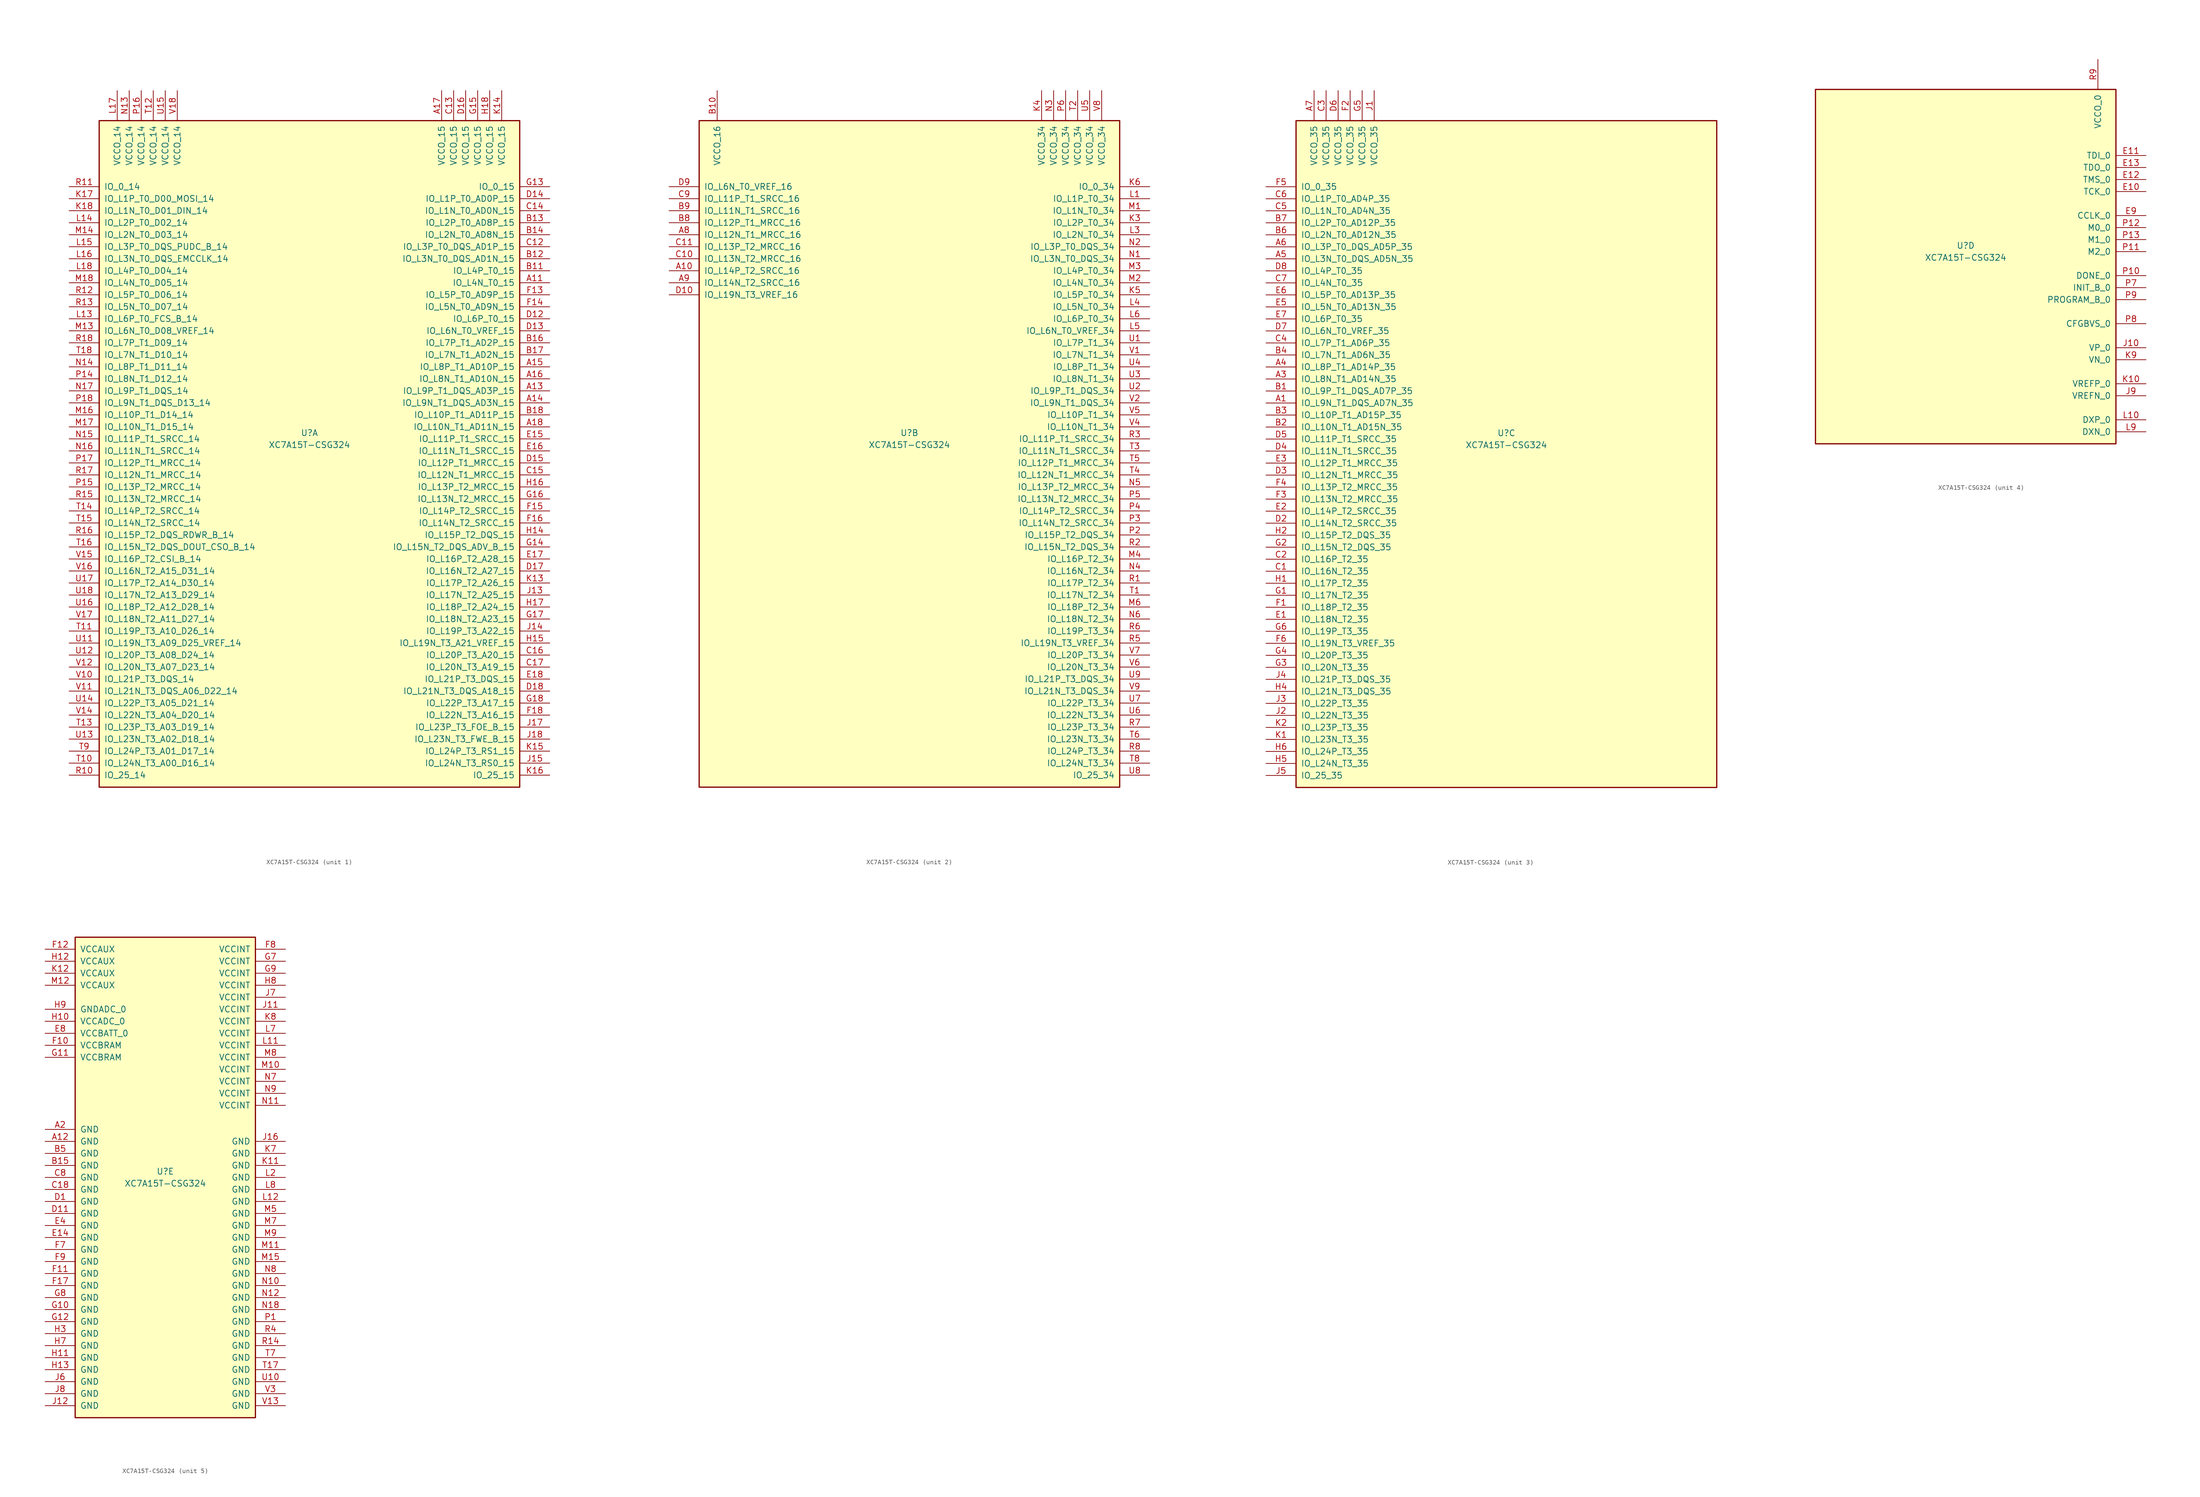
<source format=kicad_sym>
(kicad_symbol_lib
  (version 20231120)
  (generator "kicad_symbol_editor")
  (generator_version "8.0")
  (symbol "XC7A15T-CSG324"
    (pin_names
      (offset 1.016))
    (property "Reference" "U"
      (at 0 1.27 0)
      (effects (font (size 1.27 1.27))))
    (property "Value" "XC7A15T-CSG324"
      (at 0 -1.27 0)
      (effects (font (size 1.27 1.27))))
    (property "Datasheet" ""
      (at 0 0 0)
      (effects (font (size 1.27 1.27))))
    (property "ki_locked" ""
      (at 0 0 0)
      (effects (font (size 1.27 1.27))))
    (symbol "XC7A15T-CSG324_1_1"
      (rectangle (start -44.45 67.31) (end 44.45 -73.66) (stroke (width 0.254) (type default)) (fill (type background)))
      (pin bidirectional line (at 50.8 33.02 180) (length 6.35) (name "IO_L4N_T0_15" (effects (font (size 1.27 1.27)))) (number "A11" (effects (font (size 1.27 1.27)))))
      (pin bidirectional line (at 50.8 10.16 180) (length 6.35) (name "IO_L9P_T1_DQS_AD3P_15" (effects (font (size 1.27 1.27)))) (number "A13" (effects (font (size 1.27 1.27)))))
      (pin bidirectional line (at 50.8 7.62 180) (length 6.35) (name "IO_L9N_T1_DQS_AD3N_15" (effects (font (size 1.27 1.27)))) (number "A14" (effects (font (size 1.27 1.27)))))
      (pin bidirectional line (at 50.8 15.24 180) (length 6.35) (name "IO_L8P_T1_AD10P_15" (effects (font (size 1.27 1.27)))) (number "A15" (effects (font (size 1.27 1.27)))))
      (pin bidirectional line (at 50.8 12.7 180) (length 6.35) (name "IO_L8N_T1_AD10N_15" (effects (font (size 1.27 1.27)))) (number "A16" (effects (font (size 1.27 1.27)))))
      (pin power_in line (at 27.94 73.66 270) (length 6.35) (name "VCCO_15" (effects (font (size 1.27 1.27)))) (number "A17" (effects (font (size 1.27 1.27)))))
      (pin bidirectional line (at 50.8 2.54 180) (length 6.35) (name "IO_L10N_T1_AD11N_15" (effects (font (size 1.27 1.27)))) (number "A18" (effects (font (size 1.27 1.27)))))
      (pin bidirectional line (at 50.8 35.56 180) (length 6.35) (name "IO_L4P_T0_15" (effects (font (size 1.27 1.27)))) (number "B11" (effects (font (size 1.27 1.27)))))
      (pin bidirectional line (at 50.8 38.1 180) (length 6.35) (name "IO_L3N_T0_DQS_AD1N_15" (effects (font (size 1.27 1.27)))) (number "B12" (effects (font (size 1.27 1.27)))))
      (pin bidirectional line (at 50.8 45.72 180) (length 6.35) (name "IO_L2P_T0_AD8P_15" (effects (font (size 1.27 1.27)))) (number "B13" (effects (font (size 1.27 1.27)))))
      (pin bidirectional line (at 50.8 43.18 180) (length 6.35) (name "IO_L2N_T0_AD8N_15" (effects (font (size 1.27 1.27)))) (number "B14" (effects (font (size 1.27 1.27)))))
      (pin bidirectional line (at 50.8 20.32 180) (length 6.35) (name "IO_L7P_T1_AD2P_15" (effects (font (size 1.27 1.27)))) (number "B16" (effects (font (size 1.27 1.27)))))
      (pin bidirectional line (at 50.8 17.78 180) (length 6.35) (name "IO_L7N_T1_AD2N_15" (effects (font (size 1.27 1.27)))) (number "B17" (effects (font (size 1.27 1.27)))))
      (pin bidirectional line (at 50.8 5.08 180) (length 6.35) (name "IO_L10P_T1_AD11P_15" (effects (font (size 1.27 1.27)))) (number "B18" (effects (font (size 1.27 1.27)))))
      (pin bidirectional line (at 50.8 40.64 180) (length 6.35) (name "IO_L3P_T0_DQS_AD1P_15" (effects (font (size 1.27 1.27)))) (number "C12" (effects (font (size 1.27 1.27)))))
      (pin power_in line (at 30.48 73.66 270) (length 6.35) (name "VCCO_15" (effects (font (size 1.27 1.27)))) (number "C13" (effects (font (size 1.27 1.27)))))
      (pin bidirectional line (at 50.8 48.26 180) (length 6.35) (name "IO_L1N_T0_AD0N_15" (effects (font (size 1.27 1.27)))) (number "C14" (effects (font (size 1.27 1.27)))))
      (pin bidirectional line (at 50.8 -7.62 180) (length 6.35) (name "IO_L12N_T1_MRCC_15" (effects (font (size 1.27 1.27)))) (number "C15" (effects (font (size 1.27 1.27)))))
      (pin bidirectional line (at 50.8 -45.72 180) (length 6.35) (name "IO_L20P_T3_A20_15" (effects (font (size 1.27 1.27)))) (number "C16" (effects (font (size 1.27 1.27)))))
      (pin bidirectional line (at 50.8 -48.26 180) (length 6.35) (name "IO_L20N_T3_A19_15" (effects (font (size 1.27 1.27)))) (number "C17" (effects (font (size 1.27 1.27)))))
      (pin bidirectional line (at 50.8 25.4 180) (length 6.35) (name "IO_L6P_T0_15" (effects (font (size 1.27 1.27)))) (number "D12" (effects (font (size 1.27 1.27)))))
      (pin bidirectional line (at 50.8 22.86 180) (length 6.35) (name "IO_L6N_T0_VREF_15" (effects (font (size 1.27 1.27)))) (number "D13" (effects (font (size 1.27 1.27)))))
      (pin bidirectional line (at 50.8 50.8 180) (length 6.35) (name "IO_L1P_T0_AD0P_15" (effects (font (size 1.27 1.27)))) (number "D14" (effects (font (size 1.27 1.27)))))
      (pin bidirectional line (at 50.8 -5.08 180) (length 6.35) (name "IO_L12P_T1_MRCC_15" (effects (font (size 1.27 1.27)))) (number "D15" (effects (font (size 1.27 1.27)))))
      (pin power_in line (at 33.02 73.66 270) (length 6.35) (name "VCCO_15" (effects (font (size 1.27 1.27)))) (number "D16" (effects (font (size 1.27 1.27)))))
      (pin bidirectional line (at 50.8 -27.94 180) (length 6.35) (name "IO_L16N_T2_A27_15" (effects (font (size 1.27 1.27)))) (number "D17" (effects (font (size 1.27 1.27)))))
      (pin bidirectional line (at 50.8 -53.34 180) (length 6.35) (name "IO_L21N_T3_DQS_A18_15" (effects (font (size 1.27 1.27)))) (number "D18" (effects (font (size 1.27 1.27)))))
      (pin bidirectional line (at 50.8 0 180) (length 6.35) (name "IO_L11P_T1_SRCC_15" (effects (font (size 1.27 1.27)))) (number "E15" (effects (font (size 1.27 1.27)))))
      (pin bidirectional line (at 50.8 -2.54 180) (length 6.35) (name "IO_L11N_T1_SRCC_15" (effects (font (size 1.27 1.27)))) (number "E16" (effects (font (size 1.27 1.27)))))
      (pin bidirectional line (at 50.8 -25.4 180) (length 6.35) (name "IO_L16P_T2_A28_15" (effects (font (size 1.27 1.27)))) (number "E17" (effects (font (size 1.27 1.27)))))
      (pin bidirectional line (at 50.8 -50.8 180) (length 6.35) (name "IO_L21P_T3_DQS_15" (effects (font (size 1.27 1.27)))) (number "E18" (effects (font (size 1.27 1.27)))))
      (pin bidirectional line (at 50.8 30.48 180) (length 6.35) (name "IO_L5P_T0_AD9P_15" (effects (font (size 1.27 1.27)))) (number "F13" (effects (font (size 1.27 1.27)))))
      (pin bidirectional line (at 50.8 27.94 180) (length 6.35) (name "IO_L5N_T0_AD9N_15" (effects (font (size 1.27 1.27)))) (number "F14" (effects (font (size 1.27 1.27)))))
      (pin bidirectional line (at 50.8 -15.24 180) (length 6.35) (name "IO_L14P_T2_SRCC_15" (effects (font (size 1.27 1.27)))) (number "F15" (effects (font (size 1.27 1.27)))))
      (pin bidirectional line (at 50.8 -17.78 180) (length 6.35) (name "IO_L14N_T2_SRCC_15" (effects (font (size 1.27 1.27)))) (number "F16" (effects (font (size 1.27 1.27)))))
      (pin bidirectional line (at 50.8 -58.42 180) (length 6.35) (name "IO_L22N_T3_A16_15" (effects (font (size 1.27 1.27)))) (number "F18" (effects (font (size 1.27 1.27)))))
      (pin bidirectional line (at 50.8 53.34 180) (length 6.35) (name "IO_0_15" (effects (font (size 1.27 1.27)))) (number "G13" (effects (font (size 1.27 1.27)))))
      (pin bidirectional line (at 50.8 -22.86 180) (length 6.35) (name "IO_L15N_T2_DQS_ADV_B_15" (effects (font (size 1.27 1.27)))) (number "G14" (effects (font (size 1.27 1.27)))))
      (pin power_in line (at 35.56 73.66 270) (length 6.35) (name "VCCO_15" (effects (font (size 1.27 1.27)))) (number "G15" (effects (font (size 1.27 1.27)))))
      (pin bidirectional line (at 50.8 -12.7 180) (length 6.35) (name "IO_L13N_T2_MRCC_15" (effects (font (size 1.27 1.27)))) (number "G16" (effects (font (size 1.27 1.27)))))
      (pin bidirectional line (at 50.8 -38.1 180) (length 6.35) (name "IO_L18N_T2_A23_15" (effects (font (size 1.27 1.27)))) (number "G17" (effects (font (size 1.27 1.27)))))
      (pin bidirectional line (at 50.8 -55.88 180) (length 6.35) (name "IO_L22P_T3_A17_15" (effects (font (size 1.27 1.27)))) (number "G18" (effects (font (size 1.27 1.27)))))
      (pin bidirectional line (at 50.8 -20.32 180) (length 6.35) (name "IO_L15P_T2_DQS_15" (effects (font (size 1.27 1.27)))) (number "H14" (effects (font (size 1.27 1.27)))))
      (pin bidirectional line (at 50.8 -43.18 180) (length 6.35) (name "IO_L19N_T3_A21_VREF_15" (effects (font (size 1.27 1.27)))) (number "H15" (effects (font (size 1.27 1.27)))))
      (pin bidirectional line (at 50.8 -10.16 180) (length 6.35) (name "IO_L13P_T2_MRCC_15" (effects (font (size 1.27 1.27)))) (number "H16" (effects (font (size 1.27 1.27)))))
      (pin bidirectional line (at 50.8 -35.56 180) (length 6.35) (name "IO_L18P_T2_A24_15" (effects (font (size 1.27 1.27)))) (number "H17" (effects (font (size 1.27 1.27)))))
      (pin power_in line (at 38.1 73.66 270) (length 6.35) (name "VCCO_15" (effects (font (size 1.27 1.27)))) (number "H18" (effects (font (size 1.27 1.27)))))
      (pin bidirectional line (at 50.8 -33.02 180) (length 6.35) (name "IO_L17N_T2_A25_15" (effects (font (size 1.27 1.27)))) (number "J13" (effects (font (size 1.27 1.27)))))
      (pin bidirectional line (at 50.8 -40.64 180) (length 6.35) (name "IO_L19P_T3_A22_15" (effects (font (size 1.27 1.27)))) (number "J14" (effects (font (size 1.27 1.27)))))
      (pin bidirectional line (at 50.8 -68.58 180) (length 6.35) (name "IO_L24N_T3_RS0_15" (effects (font (size 1.27 1.27)))) (number "J15" (effects (font (size 1.27 1.27)))))
      (pin bidirectional line (at 50.8 -60.96 180) (length 6.35) (name "IO_L23P_T3_FOE_B_15" (effects (font (size 1.27 1.27)))) (number "J17" (effects (font (size 1.27 1.27)))))
      (pin bidirectional line (at 50.8 -63.5 180) (length 6.35) (name "IO_L23N_T3_FWE_B_15" (effects (font (size 1.27 1.27)))) (number "J18" (effects (font (size 1.27 1.27)))))
      (pin bidirectional line (at 50.8 -30.48 180) (length 6.35) (name "IO_L17P_T2_A26_15" (effects (font (size 1.27 1.27)))) (number "K13" (effects (font (size 1.27 1.27)))))
      (pin power_in line (at 40.64 73.66 270) (length 6.35) (name "VCCO_15" (effects (font (size 1.27 1.27)))) (number "K14" (effects (font (size 1.27 1.27)))))
      (pin bidirectional line (at 50.8 -66.04 180) (length 6.35) (name "IO_L24P_T3_RS1_15" (effects (font (size 1.27 1.27)))) (number "K15" (effects (font (size 1.27 1.27)))))
      (pin bidirectional line (at 50.8 -71.12 180) (length 6.35) (name "IO_25_15" (effects (font (size 1.27 1.27)))) (number "K16" (effects (font (size 1.27 1.27)))))
      (pin bidirectional line (at -50.8 50.8 0) (length 6.35) (name "IO_L1P_T0_D00_MOSI_14" (effects (font (size 1.27 1.27)))) (number "K17" (effects (font (size 1.27 1.27)))))
      (pin bidirectional line (at -50.8 48.26 0) (length 6.35) (name "IO_L1N_T0_D01_DIN_14" (effects (font (size 1.27 1.27)))) (number "K18" (effects (font (size 1.27 1.27)))))
      (pin bidirectional line (at -50.8 25.4 0) (length 6.35) (name "IO_L6P_T0_FCS_B_14" (effects (font (size 1.27 1.27)))) (number "L13" (effects (font (size 1.27 1.27)))))
      (pin bidirectional line (at -50.8 45.72 0) (length 6.35) (name "IO_L2P_T0_D02_14" (effects (font (size 1.27 1.27)))) (number "L14" (effects (font (size 1.27 1.27)))))
      (pin bidirectional line (at -50.8 40.64 0) (length 6.35) (name "IO_L3P_T0_DQS_PUDC_B_14" (effects (font (size 1.27 1.27)))) (number "L15" (effects (font (size 1.27 1.27)))))
      (pin bidirectional line (at -50.8 38.1 0) (length 6.35) (name "IO_L3N_T0_DQS_EMCCLK_14" (effects (font (size 1.27 1.27)))) (number "L16" (effects (font (size 1.27 1.27)))))
      (pin power_in line (at -40.64 73.66 270) (length 6.35) (name "VCCO_14" (effects (font (size 1.27 1.27)))) (number "L17" (effects (font (size 1.27 1.27)))))
      (pin bidirectional line (at -50.8 35.56 0) (length 6.35) (name "IO_L4P_T0_D04_14" (effects (font (size 1.27 1.27)))) (number "L18" (effects (font (size 1.27 1.27)))))
      (pin bidirectional line (at -50.8 22.86 0) (length 6.35) (name "IO_L6N_T0_D08_VREF_14" (effects (font (size 1.27 1.27)))) (number "M13" (effects (font (size 1.27 1.27)))))
      (pin bidirectional line (at -50.8 43.18 0) (length 6.35) (name "IO_L2N_T0_D03_14" (effects (font (size 1.27 1.27)))) (number "M14" (effects (font (size 1.27 1.27)))))
      (pin bidirectional line (at -50.8 5.08 0) (length 6.35) (name "IO_L10P_T1_D14_14" (effects (font (size 1.27 1.27)))) (number "M16" (effects (font (size 1.27 1.27)))))
      (pin bidirectional line (at -50.8 2.54 0) (length 6.35) (name "IO_L10N_T1_D15_14" (effects (font (size 1.27 1.27)))) (number "M17" (effects (font (size 1.27 1.27)))))
      (pin bidirectional line (at -50.8 33.02 0) (length 6.35) (name "IO_L4N_T0_D05_14" (effects (font (size 1.27 1.27)))) (number "M18" (effects (font (size 1.27 1.27)))))
      (pin power_in line (at -38.1 73.66 270) (length 6.35) (name "VCCO_14" (effects (font (size 1.27 1.27)))) (number "N13" (effects (font (size 1.27 1.27)))))
      (pin bidirectional line (at -50.8 15.24 0) (length 6.35) (name "IO_L8P_T1_D11_14" (effects (font (size 1.27 1.27)))) (number "N14" (effects (font (size 1.27 1.27)))))
      (pin bidirectional line (at -50.8 0 0) (length 6.35) (name "IO_L11P_T1_SRCC_14" (effects (font (size 1.27 1.27)))) (number "N15" (effects (font (size 1.27 1.27)))))
      (pin bidirectional line (at -50.8 -2.54 0) (length 6.35) (name "IO_L11N_T1_SRCC_14" (effects (font (size 1.27 1.27)))) (number "N16" (effects (font (size 1.27 1.27)))))
      (pin bidirectional line (at -50.8 10.16 0) (length 6.35) (name "IO_L9P_T1_DQS_14" (effects (font (size 1.27 1.27)))) (number "N17" (effects (font (size 1.27 1.27)))))
      (pin bidirectional line (at -50.8 12.7 0) (length 6.35) (name "IO_L8N_T1_D12_14" (effects (font (size 1.27 1.27)))) (number "P14" (effects (font (size 1.27 1.27)))))
      (pin bidirectional line (at -50.8 -10.16 0) (length 6.35) (name "IO_L13P_T2_MRCC_14" (effects (font (size 1.27 1.27)))) (number "P15" (effects (font (size 1.27 1.27)))))
      (pin power_in line (at -35.56 73.66 270) (length 6.35) (name "VCCO_14" (effects (font (size 1.27 1.27)))) (number "P16" (effects (font (size 1.27 1.27)))))
      (pin bidirectional line (at -50.8 -5.08 0) (length 6.35) (name "IO_L12P_T1_MRCC_14" (effects (font (size 1.27 1.27)))) (number "P17" (effects (font (size 1.27 1.27)))))
      (pin bidirectional line (at -50.8 7.62 0) (length 6.35) (name "IO_L9N_T1_DQS_D13_14" (effects (font (size 1.27 1.27)))) (number "P18" (effects (font (size 1.27 1.27)))))
      (pin bidirectional line (at -50.8 -71.12 0) (length 6.35) (name "IO_25_14" (effects (font (size 1.27 1.27)))) (number "R10" (effects (font (size 1.27 1.27)))))
      (pin bidirectional line (at -50.8 53.34 0) (length 6.35) (name "IO_0_14" (effects (font (size 1.27 1.27)))) (number "R11" (effects (font (size 1.27 1.27)))))
      (pin bidirectional line (at -50.8 30.48 0) (length 6.35) (name "IO_L5P_T0_D06_14" (effects (font (size 1.27 1.27)))) (number "R12" (effects (font (size 1.27 1.27)))))
      (pin bidirectional line (at -50.8 27.94 0) (length 6.35) (name "IO_L5N_T0_D07_14" (effects (font (size 1.27 1.27)))) (number "R13" (effects (font (size 1.27 1.27)))))
      (pin bidirectional line (at -50.8 -12.7 0) (length 6.35) (name "IO_L13N_T2_MRCC_14" (effects (font (size 1.27 1.27)))) (number "R15" (effects (font (size 1.27 1.27)))))
      (pin bidirectional line (at -50.8 -20.32 0) (length 6.35) (name "IO_L15P_T2_DQS_RDWR_B_14" (effects (font (size 1.27 1.27)))) (number "R16" (effects (font (size 1.27 1.27)))))
      (pin bidirectional line (at -50.8 -7.62 0) (length 6.35) (name "IO_L12N_T1_MRCC_14" (effects (font (size 1.27 1.27)))) (number "R17" (effects (font (size 1.27 1.27)))))
      (pin bidirectional line (at -50.8 20.32 0) (length 6.35) (name "IO_L7P_T1_D09_14" (effects (font (size 1.27 1.27)))) (number "R18" (effects (font (size 1.27 1.27)))))
      (pin bidirectional line (at -50.8 -68.58 0) (length 6.35) (name "IO_L24N_T3_A00_D16_14" (effects (font (size 1.27 1.27)))) (number "T10" (effects (font (size 1.27 1.27)))))
      (pin bidirectional line (at -50.8 -40.64 0) (length 6.35) (name "IO_L19P_T3_A10_D26_14" (effects (font (size 1.27 1.27)))) (number "T11" (effects (font (size 1.27 1.27)))))
      (pin power_in line (at -33.02 73.66 270) (length 6.35) (name "VCCO_14" (effects (font (size 1.27 1.27)))) (number "T12" (effects (font (size 1.27 1.27)))))
      (pin bidirectional line (at -50.8 -60.96 0) (length 6.35) (name "IO_L23P_T3_A03_D19_14" (effects (font (size 1.27 1.27)))) (number "T13" (effects (font (size 1.27 1.27)))))
      (pin bidirectional line (at -50.8 -15.24 0) (length 6.35) (name "IO_L14P_T2_SRCC_14" (effects (font (size 1.27 1.27)))) (number "T14" (effects (font (size 1.27 1.27)))))
      (pin bidirectional line (at -50.8 -17.78 0) (length 6.35) (name "IO_L14N_T2_SRCC_14" (effects (font (size 1.27 1.27)))) (number "T15" (effects (font (size 1.27 1.27)))))
      (pin bidirectional line (at -50.8 -22.86 0) (length 6.35) (name "IO_L15N_T2_DQS_DOUT_CSO_B_14" (effects (font (size 1.27 1.27)))) (number "T16" (effects (font (size 1.27 1.27)))))
      (pin bidirectional line (at -50.8 17.78 0) (length 6.35) (name "IO_L7N_T1_D10_14" (effects (font (size 1.27 1.27)))) (number "T18" (effects (font (size 1.27 1.27)))))
      (pin bidirectional line (at -50.8 -66.04 0) (length 6.35) (name "IO_L24P_T3_A01_D17_14" (effects (font (size 1.27 1.27)))) (number "T9" (effects (font (size 1.27 1.27)))))
      (pin bidirectional line (at -50.8 -43.18 0) (length 6.35) (name "IO_L19N_T3_A09_D25_VREF_14" (effects (font (size 1.27 1.27)))) (number "U11" (effects (font (size 1.27 1.27)))))
      (pin bidirectional line (at -50.8 -45.72 0) (length 6.35) (name "IO_L20P_T3_A08_D24_14" (effects (font (size 1.27 1.27)))) (number "U12" (effects (font (size 1.27 1.27)))))
      (pin bidirectional line (at -50.8 -63.5 0) (length 6.35) (name "IO_L23N_T3_A02_D18_14" (effects (font (size 1.27 1.27)))) (number "U13" (effects (font (size 1.27 1.27)))))
      (pin bidirectional line (at -50.8 -55.88 0) (length 6.35) (name "IO_L22P_T3_A05_D21_14" (effects (font (size 1.27 1.27)))) (number "U14" (effects (font (size 1.27 1.27)))))
      (pin power_in line (at -30.48 73.66 270) (length 6.35) (name "VCCO_14" (effects (font (size 1.27 1.27)))) (number "U15" (effects (font (size 1.27 1.27)))))
      (pin bidirectional line (at -50.8 -35.56 0) (length 6.35) (name "IO_L18P_T2_A12_D28_14" (effects (font (size 1.27 1.27)))) (number "U16" (effects (font (size 1.27 1.27)))))
      (pin bidirectional line (at -50.8 -30.48 0) (length 6.35) (name "IO_L17P_T2_A14_D30_14" (effects (font (size 1.27 1.27)))) (number "U17" (effects (font (size 1.27 1.27)))))
      (pin bidirectional line (at -50.8 -33.02 0) (length 6.35) (name "IO_L17N_T2_A13_D29_14" (effects (font (size 1.27 1.27)))) (number "U18" (effects (font (size 1.27 1.27)))))
      (pin bidirectional line (at -50.8 -50.8 0) (length 6.35) (name "IO_L21P_T3_DQS_14" (effects (font (size 1.27 1.27)))) (number "V10" (effects (font (size 1.27 1.27)))))
      (pin bidirectional line (at -50.8 -53.34 0) (length 6.35) (name "IO_L21N_T3_DQS_A06_D22_14" (effects (font (size 1.27 1.27)))) (number "V11" (effects (font (size 1.27 1.27)))))
      (pin bidirectional line (at -50.8 -48.26 0) (length 6.35) (name "IO_L20N_T3_A07_D23_14" (effects (font (size 1.27 1.27)))) (number "V12" (effects (font (size 1.27 1.27)))))
      (pin bidirectional line (at -50.8 -58.42 0) (length 6.35) (name "IO_L22N_T3_A04_D20_14" (effects (font (size 1.27 1.27)))) (number "V14" (effects (font (size 1.27 1.27)))))
      (pin bidirectional line (at -50.8 -25.4 0) (length 6.35) (name "IO_L16P_T2_CSI_B_14" (effects (font (size 1.27 1.27)))) (number "V15" (effects (font (size 1.27 1.27)))))
      (pin bidirectional line (at -50.8 -27.94 0) (length 6.35) (name "IO_L16N_T2_A15_D31_14" (effects (font (size 1.27 1.27)))) (number "V16" (effects (font (size 1.27 1.27)))))
      (pin bidirectional line (at -50.8 -38.1 0) (length 6.35) (name "IO_L18N_T2_A11_D27_14" (effects (font (size 1.27 1.27)))) (number "V17" (effects (font (size 1.27 1.27)))))
      (pin power_in line (at -27.94 73.66 270) (length 6.35) (name "VCCO_14" (effects (font (size 1.27 1.27)))) (number "V18" (effects (font (size 1.27 1.27))))))
    (symbol "XC7A15T-CSG324_2_1"
      (rectangle (start -44.45 67.31) (end 44.45 -73.66) (stroke (width 0.254) (type default)) (fill (type background)))
      (pin bidirectional line (at -50.8 35.56 0) (length 6.35) (name "IO_L14P_T2_SRCC_16" (effects (font (size 1.27 1.27)))) (number "A10" (effects (font (size 1.27 1.27)))))
      (pin bidirectional line (at -50.8 43.18 0) (length 6.35) (name "IO_L12N_T1_MRCC_16" (effects (font (size 1.27 1.27)))) (number "A8" (effects (font (size 1.27 1.27)))))
      (pin bidirectional line (at -50.8 33.02 0) (length 6.35) (name "IO_L14N_T2_SRCC_16" (effects (font (size 1.27 1.27)))) (number "A9" (effects (font (size 1.27 1.27)))))
      (pin power_in line (at -40.64 73.66 270) (length 6.35) (name "VCCO_16" (effects (font (size 1.27 1.27)))) (number "B10" (effects (font (size 1.27 1.27)))))
      (pin bidirectional line (at -50.8 45.72 0) (length 6.35) (name "IO_L12P_T1_MRCC_16" (effects (font (size 1.27 1.27)))) (number "B8" (effects (font (size 1.27 1.27)))))
      (pin bidirectional line (at -50.8 48.26 0) (length 6.35) (name "IO_L11N_T1_SRCC_16" (effects (font (size 1.27 1.27)))) (number "B9" (effects (font (size 1.27 1.27)))))
      (pin bidirectional line (at -50.8 38.1 0) (length 6.35) (name "IO_L13N_T2_MRCC_16" (effects (font (size 1.27 1.27)))) (number "C10" (effects (font (size 1.27 1.27)))))
      (pin bidirectional line (at -50.8 40.64 0) (length 6.35) (name "IO_L13P_T2_MRCC_16" (effects (font (size 1.27 1.27)))) (number "C11" (effects (font (size 1.27 1.27)))))
      (pin bidirectional line (at -50.8 50.8 0) (length 6.35) (name "IO_L11P_T1_SRCC_16" (effects (font (size 1.27 1.27)))) (number "C9" (effects (font (size 1.27 1.27)))))
      (pin bidirectional line (at -50.8 30.48 0) (length 6.35) (name "IO_L19N_T3_VREF_16" (effects (font (size 1.27 1.27)))) (number "D10" (effects (font (size 1.27 1.27)))))
      (pin bidirectional line (at -50.8 53.34 0) (length 6.35) (name "IO_L6N_T0_VREF_16" (effects (font (size 1.27 1.27)))) (number "D9" (effects (font (size 1.27 1.27)))))
      (pin bidirectional line (at 50.8 45.72 180) (length 6.35) (name "IO_L2P_T0_34" (effects (font (size 1.27 1.27)))) (number "K3" (effects (font (size 1.27 1.27)))))
      (pin power_in line (at 27.94 73.66 270) (length 6.35) (name "VCCO_34" (effects (font (size 1.27 1.27)))) (number "K4" (effects (font (size 1.27 1.27)))))
      (pin bidirectional line (at 50.8 30.48 180) (length 6.35) (name "IO_L5P_T0_34" (effects (font (size 1.27 1.27)))) (number "K5" (effects (font (size 1.27 1.27)))))
      (pin bidirectional line (at 50.8 53.34 180) (length 6.35) (name "IO_0_34" (effects (font (size 1.27 1.27)))) (number "K6" (effects (font (size 1.27 1.27)))))
      (pin bidirectional line (at 50.8 50.8 180) (length 6.35) (name "IO_L1P_T0_34" (effects (font (size 1.27 1.27)))) (number "L1" (effects (font (size 1.27 1.27)))))
      (pin bidirectional line (at 50.8 43.18 180) (length 6.35) (name "IO_L2N_T0_34" (effects (font (size 1.27 1.27)))) (number "L3" (effects (font (size 1.27 1.27)))))
      (pin bidirectional line (at 50.8 27.94 180) (length 6.35) (name "IO_L5N_T0_34" (effects (font (size 1.27 1.27)))) (number "L4" (effects (font (size 1.27 1.27)))))
      (pin bidirectional line (at 50.8 22.86 180) (length 6.35) (name "IO_L6N_T0_VREF_34" (effects (font (size 1.27 1.27)))) (number "L5" (effects (font (size 1.27 1.27)))))
      (pin bidirectional line (at 50.8 25.4 180) (length 6.35) (name "IO_L6P_T0_34" (effects (font (size 1.27 1.27)))) (number "L6" (effects (font (size 1.27 1.27)))))
      (pin bidirectional line (at 50.8 48.26 180) (length 6.35) (name "IO_L1N_T0_34" (effects (font (size 1.27 1.27)))) (number "M1" (effects (font (size 1.27 1.27)))))
      (pin bidirectional line (at 50.8 33.02 180) (length 6.35) (name "IO_L4N_T0_34" (effects (font (size 1.27 1.27)))) (number "M2" (effects (font (size 1.27 1.27)))))
      (pin bidirectional line (at 50.8 35.56 180) (length 6.35) (name "IO_L4P_T0_34" (effects (font (size 1.27 1.27)))) (number "M3" (effects (font (size 1.27 1.27)))))
      (pin bidirectional line (at 50.8 -25.4 180) (length 6.35) (name "IO_L16P_T2_34" (effects (font (size 1.27 1.27)))) (number "M4" (effects (font (size 1.27 1.27)))))
      (pin bidirectional line (at 50.8 -35.56 180) (length 6.35) (name "IO_L18P_T2_34" (effects (font (size 1.27 1.27)))) (number "M6" (effects (font (size 1.27 1.27)))))
      (pin bidirectional line (at 50.8 38.1 180) (length 6.35) (name "IO_L3N_T0_DQS_34" (effects (font (size 1.27 1.27)))) (number "N1" (effects (font (size 1.27 1.27)))))
      (pin bidirectional line (at 50.8 40.64 180) (length 6.35) (name "IO_L3P_T0_DQS_34" (effects (font (size 1.27 1.27)))) (number "N2" (effects (font (size 1.27 1.27)))))
      (pin power_in line (at 30.48 73.66 270) (length 6.35) (name "VCCO_34" (effects (font (size 1.27 1.27)))) (number "N3" (effects (font (size 1.27 1.27)))))
      (pin bidirectional line (at 50.8 -27.94 180) (length 6.35) (name "IO_L16N_T2_34" (effects (font (size 1.27 1.27)))) (number "N4" (effects (font (size 1.27 1.27)))))
      (pin bidirectional line (at 50.8 -10.16 180) (length 6.35) (name "IO_L13P_T2_MRCC_34" (effects (font (size 1.27 1.27)))) (number "N5" (effects (font (size 1.27 1.27)))))
      (pin bidirectional line (at 50.8 -38.1 180) (length 6.35) (name "IO_L18N_T2_34" (effects (font (size 1.27 1.27)))) (number "N6" (effects (font (size 1.27 1.27)))))
      (pin bidirectional line (at 50.8 -20.32 180) (length 6.35) (name "IO_L15P_T2_DQS_34" (effects (font (size 1.27 1.27)))) (number "P2" (effects (font (size 1.27 1.27)))))
      (pin bidirectional line (at 50.8 -17.78 180) (length 6.35) (name "IO_L14N_T2_SRCC_34" (effects (font (size 1.27 1.27)))) (number "P3" (effects (font (size 1.27 1.27)))))
      (pin bidirectional line (at 50.8 -15.24 180) (length 6.35) (name "IO_L14P_T2_SRCC_34" (effects (font (size 1.27 1.27)))) (number "P4" (effects (font (size 1.27 1.27)))))
      (pin bidirectional line (at 50.8 -12.7 180) (length 6.35) (name "IO_L13N_T2_MRCC_34" (effects (font (size 1.27 1.27)))) (number "P5" (effects (font (size 1.27 1.27)))))
      (pin power_in line (at 33.02 73.66 270) (length 6.35) (name "VCCO_34" (effects (font (size 1.27 1.27)))) (number "P6" (effects (font (size 1.27 1.27)))))
      (pin bidirectional line (at 50.8 -30.48 180) (length 6.35) (name "IO_L17P_T2_34" (effects (font (size 1.27 1.27)))) (number "R1" (effects (font (size 1.27 1.27)))))
      (pin bidirectional line (at 50.8 -22.86 180) (length 6.35) (name "IO_L15N_T2_DQS_34" (effects (font (size 1.27 1.27)))) (number "R2" (effects (font (size 1.27 1.27)))))
      (pin bidirectional line (at 50.8 0 180) (length 6.35) (name "IO_L11P_T1_SRCC_34" (effects (font (size 1.27 1.27)))) (number "R3" (effects (font (size 1.27 1.27)))))
      (pin bidirectional line (at 50.8 -43.18 180) (length 6.35) (name "IO_L19N_T3_VREF_34" (effects (font (size 1.27 1.27)))) (number "R5" (effects (font (size 1.27 1.27)))))
      (pin bidirectional line (at 50.8 -40.64 180) (length 6.35) (name "IO_L19P_T3_34" (effects (font (size 1.27 1.27)))) (number "R6" (effects (font (size 1.27 1.27)))))
      (pin bidirectional line (at 50.8 -60.96 180) (length 6.35) (name "IO_L23P_T3_34" (effects (font (size 1.27 1.27)))) (number "R7" (effects (font (size 1.27 1.27)))))
      (pin bidirectional line (at 50.8 -66.04 180) (length 6.35) (name "IO_L24P_T3_34" (effects (font (size 1.27 1.27)))) (number "R8" (effects (font (size 1.27 1.27)))))
      (pin bidirectional line (at 50.8 -33.02 180) (length 6.35) (name "IO_L17N_T2_34" (effects (font (size 1.27 1.27)))) (number "T1" (effects (font (size 1.27 1.27)))))
      (pin power_in line (at 35.56 73.66 270) (length 6.35) (name "VCCO_34" (effects (font (size 1.27 1.27)))) (number "T2" (effects (font (size 1.27 1.27)))))
      (pin bidirectional line (at 50.8 -2.54 180) (length 6.35) (name "IO_L11N_T1_SRCC_34" (effects (font (size 1.27 1.27)))) (number "T3" (effects (font (size 1.27 1.27)))))
      (pin bidirectional line (at 50.8 -7.62 180) (length 6.35) (name "IO_L12N_T1_MRCC_34" (effects (font (size 1.27 1.27)))) (number "T4" (effects (font (size 1.27 1.27)))))
      (pin bidirectional line (at 50.8 -5.08 180) (length 6.35) (name "IO_L12P_T1_MRCC_34" (effects (font (size 1.27 1.27)))) (number "T5" (effects (font (size 1.27 1.27)))))
      (pin bidirectional line (at 50.8 -63.5 180) (length 6.35) (name "IO_L23N_T3_34" (effects (font (size 1.27 1.27)))) (number "T6" (effects (font (size 1.27 1.27)))))
      (pin bidirectional line (at 50.8 -68.58 180) (length 6.35) (name "IO_L24N_T3_34" (effects (font (size 1.27 1.27)))) (number "T8" (effects (font (size 1.27 1.27)))))
      (pin bidirectional line (at 50.8 20.32 180) (length 6.35) (name "IO_L7P_T1_34" (effects (font (size 1.27 1.27)))) (number "U1" (effects (font (size 1.27 1.27)))))
      (pin bidirectional line (at 50.8 10.16 180) (length 6.35) (name "IO_L9P_T1_DQS_34" (effects (font (size 1.27 1.27)))) (number "U2" (effects (font (size 1.27 1.27)))))
      (pin bidirectional line (at 50.8 12.7 180) (length 6.35) (name "IO_L8N_T1_34" (effects (font (size 1.27 1.27)))) (number "U3" (effects (font (size 1.27 1.27)))))
      (pin bidirectional line (at 50.8 15.24 180) (length 6.35) (name "IO_L8P_T1_34" (effects (font (size 1.27 1.27)))) (number "U4" (effects (font (size 1.27 1.27)))))
      (pin power_in line (at 38.1 73.66 270) (length 6.35) (name "VCCO_34" (effects (font (size 1.27 1.27)))) (number "U5" (effects (font (size 1.27 1.27)))))
      (pin bidirectional line (at 50.8 -58.42 180) (length 6.35) (name "IO_L22N_T3_34" (effects (font (size 1.27 1.27)))) (number "U6" (effects (font (size 1.27 1.27)))))
      (pin bidirectional line (at 50.8 -55.88 180) (length 6.35) (name "IO_L22P_T3_34" (effects (font (size 1.27 1.27)))) (number "U7" (effects (font (size 1.27 1.27)))))
      (pin bidirectional line (at 50.8 -71.12 180) (length 6.35) (name "IO_25_34" (effects (font (size 1.27 1.27)))) (number "U8" (effects (font (size 1.27 1.27)))))
      (pin bidirectional line (at 50.8 -50.8 180) (length 6.35) (name "IO_L21P_T3_DQS_34" (effects (font (size 1.27 1.27)))) (number "U9" (effects (font (size 1.27 1.27)))))
      (pin bidirectional line (at 50.8 17.78 180) (length 6.35) (name "IO_L7N_T1_34" (effects (font (size 1.27 1.27)))) (number "V1" (effects (font (size 1.27 1.27)))))
      (pin bidirectional line (at 50.8 7.62 180) (length 6.35) (name "IO_L9N_T1_DQS_34" (effects (font (size 1.27 1.27)))) (number "V2" (effects (font (size 1.27 1.27)))))
      (pin bidirectional line (at 50.8 2.54 180) (length 6.35) (name "IO_L10N_T1_34" (effects (font (size 1.27 1.27)))) (number "V4" (effects (font (size 1.27 1.27)))))
      (pin bidirectional line (at 50.8 5.08 180) (length 6.35) (name "IO_L10P_T1_34" (effects (font (size 1.27 1.27)))) (number "V5" (effects (font (size 1.27 1.27)))))
      (pin bidirectional line (at 50.8 -48.26 180) (length 6.35) (name "IO_L20N_T3_34" (effects (font (size 1.27 1.27)))) (number "V6" (effects (font (size 1.27 1.27)))))
      (pin bidirectional line (at 50.8 -45.72 180) (length 6.35) (name "IO_L20P_T3_34" (effects (font (size 1.27 1.27)))) (number "V7" (effects (font (size 1.27 1.27)))))
      (pin power_in line (at 40.64 73.66 270) (length 6.35) (name "VCCO_34" (effects (font (size 1.27 1.27)))) (number "V8" (effects (font (size 1.27 1.27)))))
      (pin bidirectional line (at 50.8 -53.34 180) (length 6.35) (name "IO_L21N_T3_DQS_34" (effects (font (size 1.27 1.27)))) (number "V9" (effects (font (size 1.27 1.27))))))
    (symbol "XC7A15T-CSG324_3_1"
      (rectangle (start -44.45 67.31) (end 44.45 -73.66) (stroke (width 0.254) (type default)) (fill (type background)))
      (pin bidirectional line (at -50.8 7.62 0) (length 6.35) (name "IO_L9N_T1_DQS_AD7N_35" (effects (font (size 1.27 1.27)))) (number "A1" (effects (font (size 1.27 1.27)))))
      (pin bidirectional line (at -50.8 12.7 0) (length 6.35) (name "IO_L8N_T1_AD14N_35" (effects (font (size 1.27 1.27)))) (number "A3" (effects (font (size 1.27 1.27)))))
      (pin bidirectional line (at -50.8 15.24 0) (length 6.35) (name "IO_L8P_T1_AD14P_35" (effects (font (size 1.27 1.27)))) (number "A4" (effects (font (size 1.27 1.27)))))
      (pin bidirectional line (at -50.8 38.1 0) (length 6.35) (name "IO_L3N_T0_DQS_AD5N_35" (effects (font (size 1.27 1.27)))) (number "A5" (effects (font (size 1.27 1.27)))))
      (pin bidirectional line (at -50.8 40.64 0) (length 6.35) (name "IO_L3P_T0_DQS_AD5P_35" (effects (font (size 1.27 1.27)))) (number "A6" (effects (font (size 1.27 1.27)))))
      (pin power_in line (at -40.64 73.66 270) (length 6.35) (name "VCCO_35" (effects (font (size 1.27 1.27)))) (number "A7" (effects (font (size 1.27 1.27)))))
      (pin bidirectional line (at -50.8 10.16 0) (length 6.35) (name "IO_L9P_T1_DQS_AD7P_35" (effects (font (size 1.27 1.27)))) (number "B1" (effects (font (size 1.27 1.27)))))
      (pin bidirectional line (at -50.8 2.54 0) (length 6.35) (name "IO_L10N_T1_AD15N_35" (effects (font (size 1.27 1.27)))) (number "B2" (effects (font (size 1.27 1.27)))))
      (pin bidirectional line (at -50.8 5.08 0) (length 6.35) (name "IO_L10P_T1_AD15P_35" (effects (font (size 1.27 1.27)))) (number "B3" (effects (font (size 1.27 1.27)))))
      (pin bidirectional line (at -50.8 17.78 0) (length 6.35) (name "IO_L7N_T1_AD6N_35" (effects (font (size 1.27 1.27)))) (number "B4" (effects (font (size 1.27 1.27)))))
      (pin bidirectional line (at -50.8 43.18 0) (length 6.35) (name "IO_L2N_T0_AD12N_35" (effects (font (size 1.27 1.27)))) (number "B6" (effects (font (size 1.27 1.27)))))
      (pin bidirectional line (at -50.8 45.72 0) (length 6.35) (name "IO_L2P_T0_AD12P_35" (effects (font (size 1.27 1.27)))) (number "B7" (effects (font (size 1.27 1.27)))))
      (pin bidirectional line (at -50.8 -27.94 0) (length 6.35) (name "IO_L16N_T2_35" (effects (font (size 1.27 1.27)))) (number "C1" (effects (font (size 1.27 1.27)))))
      (pin bidirectional line (at -50.8 -25.4 0) (length 6.35) (name "IO_L16P_T2_35" (effects (font (size 1.27 1.27)))) (number "C2" (effects (font (size 1.27 1.27)))))
      (pin power_in line (at -38.1 73.66 270) (length 6.35) (name "VCCO_35" (effects (font (size 1.27 1.27)))) (number "C3" (effects (font (size 1.27 1.27)))))
      (pin bidirectional line (at -50.8 20.32 0) (length 6.35) (name "IO_L7P_T1_AD6P_35" (effects (font (size 1.27 1.27)))) (number "C4" (effects (font (size 1.27 1.27)))))
      (pin bidirectional line (at -50.8 48.26 0) (length 6.35) (name "IO_L1N_T0_AD4N_35" (effects (font (size 1.27 1.27)))) (number "C5" (effects (font (size 1.27 1.27)))))
      (pin bidirectional line (at -50.8 50.8 0) (length 6.35) (name "IO_L1P_T0_AD4P_35" (effects (font (size 1.27 1.27)))) (number "C6" (effects (font (size 1.27 1.27)))))
      (pin bidirectional line (at -50.8 33.02 0) (length 6.35) (name "IO_L4N_T0_35" (effects (font (size 1.27 1.27)))) (number "C7" (effects (font (size 1.27 1.27)))))
      (pin bidirectional line (at -50.8 -17.78 0) (length 6.35) (name "IO_L14N_T2_SRCC_35" (effects (font (size 1.27 1.27)))) (number "D2" (effects (font (size 1.27 1.27)))))
      (pin bidirectional line (at -50.8 -7.62 0) (length 6.35) (name "IO_L12N_T1_MRCC_35" (effects (font (size 1.27 1.27)))) (number "D3" (effects (font (size 1.27 1.27)))))
      (pin bidirectional line (at -50.8 -2.54 0) (length 6.35) (name "IO_L11N_T1_SRCC_35" (effects (font (size 1.27 1.27)))) (number "D4" (effects (font (size 1.27 1.27)))))
      (pin bidirectional line (at -50.8 0 0) (length 6.35) (name "IO_L11P_T1_SRCC_35" (effects (font (size 1.27 1.27)))) (number "D5" (effects (font (size 1.27 1.27)))))
      (pin power_in line (at -35.56 73.66 270) (length 6.35) (name "VCCO_35" (effects (font (size 1.27 1.27)))) (number "D6" (effects (font (size 1.27 1.27)))))
      (pin bidirectional line (at -50.8 22.86 0) (length 6.35) (name "IO_L6N_T0_VREF_35" (effects (font (size 1.27 1.27)))) (number "D7" (effects (font (size 1.27 1.27)))))
      (pin bidirectional line (at -50.8 35.56 0) (length 6.35) (name "IO_L4P_T0_35" (effects (font (size 1.27 1.27)))) (number "D8" (effects (font (size 1.27 1.27)))))
      (pin bidirectional line (at -50.8 -38.1 0) (length 6.35) (name "IO_L18N_T2_35" (effects (font (size 1.27 1.27)))) (number "E1" (effects (font (size 1.27 1.27)))))
      (pin bidirectional line (at -50.8 -15.24 0) (length 6.35) (name "IO_L14P_T2_SRCC_35" (effects (font (size 1.27 1.27)))) (number "E2" (effects (font (size 1.27 1.27)))))
      (pin bidirectional line (at -50.8 -5.08 0) (length 6.35) (name "IO_L12P_T1_MRCC_35" (effects (font (size 1.27 1.27)))) (number "E3" (effects (font (size 1.27 1.27)))))
      (pin bidirectional line (at -50.8 27.94 0) (length 6.35) (name "IO_L5N_T0_AD13N_35" (effects (font (size 1.27 1.27)))) (number "E5" (effects (font (size 1.27 1.27)))))
      (pin bidirectional line (at -50.8 30.48 0) (length 6.35) (name "IO_L5P_T0_AD13P_35" (effects (font (size 1.27 1.27)))) (number "E6" (effects (font (size 1.27 1.27)))))
      (pin bidirectional line (at -50.8 25.4 0) (length 6.35) (name "IO_L6P_T0_35" (effects (font (size 1.27 1.27)))) (number "E7" (effects (font (size 1.27 1.27)))))
      (pin bidirectional line (at -50.8 -35.56 0) (length 6.35) (name "IO_L18P_T2_35" (effects (font (size 1.27 1.27)))) (number "F1" (effects (font (size 1.27 1.27)))))
      (pin power_in line (at -33.02 73.66 270) (length 6.35) (name "VCCO_35" (effects (font (size 1.27 1.27)))) (number "F2" (effects (font (size 1.27 1.27)))))
      (pin bidirectional line (at -50.8 -12.7 0) (length 6.35) (name "IO_L13N_T2_MRCC_35" (effects (font (size 1.27 1.27)))) (number "F3" (effects (font (size 1.27 1.27)))))
      (pin bidirectional line (at -50.8 -10.16 0) (length 6.35) (name "IO_L13P_T2_MRCC_35" (effects (font (size 1.27 1.27)))) (number "F4" (effects (font (size 1.27 1.27)))))
      (pin bidirectional line (at -50.8 53.34 0) (length 6.35) (name "IO_0_35" (effects (font (size 1.27 1.27)))) (number "F5" (effects (font (size 1.27 1.27)))))
      (pin bidirectional line (at -50.8 -43.18 0) (length 6.35) (name "IO_L19N_T3_VREF_35" (effects (font (size 1.27 1.27)))) (number "F6" (effects (font (size 1.27 1.27)))))
      (pin bidirectional line (at -50.8 -33.02 0) (length 6.35) (name "IO_L17N_T2_35" (effects (font (size 1.27 1.27)))) (number "G1" (effects (font (size 1.27 1.27)))))
      (pin bidirectional line (at -50.8 -22.86 0) (length 6.35) (name "IO_L15N_T2_DQS_35" (effects (font (size 1.27 1.27)))) (number "G2" (effects (font (size 1.27 1.27)))))
      (pin bidirectional line (at -50.8 -48.26 0) (length 6.35) (name "IO_L20N_T3_35" (effects (font (size 1.27 1.27)))) (number "G3" (effects (font (size 1.27 1.27)))))
      (pin bidirectional line (at -50.8 -45.72 0) (length 6.35) (name "IO_L20P_T3_35" (effects (font (size 1.27 1.27)))) (number "G4" (effects (font (size 1.27 1.27)))))
      (pin power_in line (at -30.48 73.66 270) (length 6.35) (name "VCCO_35" (effects (font (size 1.27 1.27)))) (number "G5" (effects (font (size 1.27 1.27)))))
      (pin bidirectional line (at -50.8 -40.64 0) (length 6.35) (name "IO_L19P_T3_35" (effects (font (size 1.27 1.27)))) (number "G6" (effects (font (size 1.27 1.27)))))
      (pin bidirectional line (at -50.8 -30.48 0) (length 6.35) (name "IO_L17P_T2_35" (effects (font (size 1.27 1.27)))) (number "H1" (effects (font (size 1.27 1.27)))))
      (pin bidirectional line (at -50.8 -20.32 0) (length 6.35) (name "IO_L15P_T2_DQS_35" (effects (font (size 1.27 1.27)))) (number "H2" (effects (font (size 1.27 1.27)))))
      (pin bidirectional line (at -50.8 -53.34 0) (length 6.35) (name "IO_L21N_T3_DQS_35" (effects (font (size 1.27 1.27)))) (number "H4" (effects (font (size 1.27 1.27)))))
      (pin bidirectional line (at -50.8 -68.58 0) (length 6.35) (name "IO_L24N_T3_35" (effects (font (size 1.27 1.27)))) (number "H5" (effects (font (size 1.27 1.27)))))
      (pin bidirectional line (at -50.8 -66.04 0) (length 6.35) (name "IO_L24P_T3_35" (effects (font (size 1.27 1.27)))) (number "H6" (effects (font (size 1.27 1.27)))))
      (pin power_in line (at -27.94 73.66 270) (length 6.35) (name "VCCO_35" (effects (font (size 1.27 1.27)))) (number "J1" (effects (font (size 1.27 1.27)))))
      (pin bidirectional line (at -50.8 -58.42 0) (length 6.35) (name "IO_L22N_T3_35" (effects (font (size 1.27 1.27)))) (number "J2" (effects (font (size 1.27 1.27)))))
      (pin bidirectional line (at -50.8 -55.88 0) (length 6.35) (name "IO_L22P_T3_35" (effects (font (size 1.27 1.27)))) (number "J3" (effects (font (size 1.27 1.27)))))
      (pin bidirectional line (at -50.8 -50.8 0) (length 6.35) (name "IO_L21P_T3_DQS_35" (effects (font (size 1.27 1.27)))) (number "J4" (effects (font (size 1.27 1.27)))))
      (pin bidirectional line (at -50.8 -71.12 0) (length 6.35) (name "IO_25_35" (effects (font (size 1.27 1.27)))) (number "J5" (effects (font (size 1.27 1.27)))))
      (pin bidirectional line (at -50.8 -63.5 0) (length 6.35) (name "IO_L23N_T3_35" (effects (font (size 1.27 1.27)))) (number "K1" (effects (font (size 1.27 1.27)))))
      (pin bidirectional line (at -50.8 -60.96 0) (length 6.35) (name "IO_L23P_T3_35" (effects (font (size 1.27 1.27)))) (number "K2" (effects (font (size 1.27 1.27))))))
    (symbol "XC7A15T-CSG324_4_1"
      (rectangle (start -31.75 34.29) (end 31.75 -40.64) (stroke (width 0.254) (type default)) (fill (type background)))
      (pin bidirectional line (at 38.1 12.7 180) (length 6.35) (name "TCK_0" (effects (font (size 1.27 1.27)))) (number "E10" (effects (font (size 1.27 1.27)))))
      (pin bidirectional line (at 38.1 20.32 180) (length 6.35) (name "TDI_0" (effects (font (size 1.27 1.27)))) (number "E11" (effects (font (size 1.27 1.27)))))
      (pin bidirectional line (at 38.1 15.24 180) (length 6.35) (name "TMS_0" (effects (font (size 1.27 1.27)))) (number "E12" (effects (font (size 1.27 1.27)))))
      (pin bidirectional line (at 38.1 17.78 180) (length 6.35) (name "TDO_0" (effects (font (size 1.27 1.27)))) (number "E13" (effects (font (size 1.27 1.27)))))
      (pin bidirectional line (at 38.1 7.62 180) (length 6.35) (name "CCLK_0" (effects (font (size 1.27 1.27)))) (number "E9" (effects (font (size 1.27 1.27)))))
      (pin bidirectional line (at 38.1 -20.32 180) (length 6.35) (name "VP_0" (effects (font (size 1.27 1.27)))) (number "J10" (effects (font (size 1.27 1.27)))))
      (pin bidirectional line (at 38.1 -30.48 180) (length 6.35) (name "VREFN_0" (effects (font (size 1.27 1.27)))) (number "J9" (effects (font (size 1.27 1.27)))))
      (pin bidirectional line (at 38.1 -27.94 180) (length 6.35) (name "VREFP_0" (effects (font (size 1.27 1.27)))) (number "K10" (effects (font (size 1.27 1.27)))))
      (pin bidirectional line (at 38.1 -22.86 180) (length 6.35) (name "VN_0" (effects (font (size 1.27 1.27)))) (number "K9" (effects (font (size 1.27 1.27)))))
      (pin bidirectional line (at 38.1 -35.56 180) (length 6.35) (name "DXP_0" (effects (font (size 1.27 1.27)))) (number "L10" (effects (font (size 1.27 1.27)))))
      (pin bidirectional line (at 38.1 -38.1 180) (length 6.35) (name "DXN_0" (effects (font (size 1.27 1.27)))) (number "L9" (effects (font (size 1.27 1.27)))))
      (pin bidirectional line (at 38.1 -5.08 180) (length 6.35) (name "DONE_0" (effects (font (size 1.27 1.27)))) (number "P10" (effects (font (size 1.27 1.27)))))
      (pin bidirectional line (at 38.1 0 180) (length 6.35) (name "M2_0" (effects (font (size 1.27 1.27)))) (number "P11" (effects (font (size 1.27 1.27)))))
      (pin bidirectional line (at 38.1 5.08 180) (length 6.35) (name "M0_0" (effects (font (size 1.27 1.27)))) (number "P12" (effects (font (size 1.27 1.27)))))
      (pin bidirectional line (at 38.1 2.54 180) (length 6.35) (name "M1_0" (effects (font (size 1.27 1.27)))) (number "P13" (effects (font (size 1.27 1.27)))))
      (pin bidirectional line (at 38.1 -7.62 180) (length 6.35) (name "INIT_B_0" (effects (font (size 1.27 1.27)))) (number "P7" (effects (font (size 1.27 1.27)))))
      (pin bidirectional line (at 38.1 -15.24 180) (length 6.35) (name "CFGBVS_0" (effects (font (size 1.27 1.27)))) (number "P8" (effects (font (size 1.27 1.27)))))
      (pin bidirectional line (at 38.1 -10.16 180) (length 6.35) (name "PROGRAM_B_0" (effects (font (size 1.27 1.27)))) (number "P9" (effects (font (size 1.27 1.27)))))
      (pin power_in line (at 27.94 40.64 270) (length 6.35) (name "VCCO_0" (effects (font (size 1.27 1.27)))) (number "R9" (effects (font (size 1.27 1.27))))))
    (symbol "XC7A15T-CSG324_5_1"
      (rectangle (start -19.05 50.8) (end 19.05 -50.8) (stroke (width 0.254) (type default)) (fill (type background)))
      (pin power_in line (at -25.4 7.62 0) (length 6.35) (name "GND" (effects (font (size 1.27 1.27)))) (number "A12" (effects (font (size 1.27 1.27)))))
      (pin power_in line (at -25.4 10.16 0) (length 6.35) (name "GND" (effects (font (size 1.27 1.27)))) (number "A2" (effects (font (size 1.27 1.27)))))
      (pin power_in line (at -25.4 2.54 0) (length 6.35) (name "GND" (effects (font (size 1.27 1.27)))) (number "B15" (effects (font (size 1.27 1.27)))))
      (pin power_in line (at -25.4 5.08 0) (length 6.35) (name "GND" (effects (font (size 1.27 1.27)))) (number "B5" (effects (font (size 1.27 1.27)))))
      (pin power_in line (at -25.4 -2.54 0) (length 6.35) (name "GND" (effects (font (size 1.27 1.27)))) (number "C18" (effects (font (size 1.27 1.27)))))
      (pin power_in line (at -25.4 0 0) (length 6.35) (name "GND" (effects (font (size 1.27 1.27)))) (number "C8" (effects (font (size 1.27 1.27)))))
      (pin power_in line (at -25.4 -5.08 0) (length 6.35) (name "GND" (effects (font (size 1.27 1.27)))) (number "D1" (effects (font (size 1.27 1.27)))))
      (pin power_in line (at -25.4 -7.62 0) (length 6.35) (name "GND" (effects (font (size 1.27 1.27)))) (number "D11" (effects (font (size 1.27 1.27)))))
      (pin power_in line (at -25.4 -12.7 0) (length 6.35) (name "GND" (effects (font (size 1.27 1.27)))) (number "E14" (effects (font (size 1.27 1.27)))))
      (pin power_in line (at -25.4 -10.16 0) (length 6.35) (name "GND" (effects (font (size 1.27 1.27)))) (number "E4" (effects (font (size 1.27 1.27)))))
      (pin power_in line (at -25.4 30.48 0) (length 6.35) (name "VCCBATT_0" (effects (font (size 1.27 1.27)))) (number "E8" (effects (font (size 1.27 1.27)))))
      (pin power_in line (at -25.4 27.94 0) (length 6.35) (name "VCCBRAM" (effects (font (size 1.27 1.27)))) (number "F10" (effects (font (size 1.27 1.27)))))
      (pin power_in line (at -25.4 -20.32 0) (length 6.35) (name "GND" (effects (font (size 1.27 1.27)))) (number "F11" (effects (font (size 1.27 1.27)))))
      (pin power_in line (at -25.4 48.26 0) (length 6.35) (name "VCCAUX" (effects (font (size 1.27 1.27)))) (number "F12" (effects (font (size 1.27 1.27)))))
      (pin power_in line (at -25.4 -22.86 0) (length 6.35) (name "GND" (effects (font (size 1.27 1.27)))) (number "F17" (effects (font (size 1.27 1.27)))))
      (pin power_in line (at -25.4 -15.24 0) (length 6.35) (name "GND" (effects (font (size 1.27 1.27)))) (number "F7" (effects (font (size 1.27 1.27)))))
      (pin power_in line (at 25.4 48.26 180) (length 6.35) (name "VCCINT" (effects (font (size 1.27 1.27)))) (number "F8" (effects (font (size 1.27 1.27)))))
      (pin power_in line (at -25.4 -17.78 0) (length 6.35) (name "GND" (effects (font (size 1.27 1.27)))) (number "F9" (effects (font (size 1.27 1.27)))))
      (pin power_in line (at -25.4 -27.94 0) (length 6.35) (name "GND" (effects (font (size 1.27 1.27)))) (number "G10" (effects (font (size 1.27 1.27)))))
      (pin power_in line (at -25.4 25.4 0) (length 6.35) (name "VCCBRAM" (effects (font (size 1.27 1.27)))) (number "G11" (effects (font (size 1.27 1.27)))))
      (pin power_in line (at -25.4 -30.48 0) (length 6.35) (name "GND" (effects (font (size 1.27 1.27)))) (number "G12" (effects (font (size 1.27 1.27)))))
      (pin power_in line (at 25.4 45.72 180) (length 6.35) (name "VCCINT" (effects (font (size 1.27 1.27)))) (number "G7" (effects (font (size 1.27 1.27)))))
      (pin power_in line (at -25.4 -25.4 0) (length 6.35) (name "GND" (effects (font (size 1.27 1.27)))) (number "G8" (effects (font (size 1.27 1.27)))))
      (pin power_in line (at 25.4 43.18 180) (length 6.35) (name "VCCINT" (effects (font (size 1.27 1.27)))) (number "G9" (effects (font (size 1.27 1.27)))))
      (pin power_in line (at -25.4 33.02 0) (length 6.35) (name "VCCADC_0" (effects (font (size 1.27 1.27)))) (number "H10" (effects (font (size 1.27 1.27)))))
      (pin power_in line (at -25.4 -38.1 0) (length 6.35) (name "GND" (effects (font (size 1.27 1.27)))) (number "H11" (effects (font (size 1.27 1.27)))))
      (pin power_in line (at -25.4 45.72 0) (length 6.35) (name "VCCAUX" (effects (font (size 1.27 1.27)))) (number "H12" (effects (font (size 1.27 1.27)))))
      (pin power_in line (at -25.4 -40.64 0) (length 6.35) (name "GND" (effects (font (size 1.27 1.27)))) (number "H13" (effects (font (size 1.27 1.27)))))
      (pin power_in line (at -25.4 -33.02 0) (length 6.35) (name "GND" (effects (font (size 1.27 1.27)))) (number "H3" (effects (font (size 1.27 1.27)))))
      (pin power_in line (at -25.4 -35.56 0) (length 6.35) (name "GND" (effects (font (size 1.27 1.27)))) (number "H7" (effects (font (size 1.27 1.27)))))
      (pin power_in line (at 25.4 40.64 180) (length 6.35) (name "VCCINT" (effects (font (size 1.27 1.27)))) (number "H8" (effects (font (size 1.27 1.27)))))
      (pin power_in line (at -25.4 35.56 0) (length 6.35) (name "GNDADC_0" (effects (font (size 1.27 1.27)))) (number "H9" (effects (font (size 1.27 1.27)))))
      (pin power_in line (at 25.4 35.56 180) (length 6.35) (name "VCCINT" (effects (font (size 1.27 1.27)))) (number "J11" (effects (font (size 1.27 1.27)))))
      (pin power_in line (at -25.4 -48.26 0) (length 6.35) (name "GND" (effects (font (size 1.27 1.27)))) (number "J12" (effects (font (size 1.27 1.27)))))
      (pin power_in line (at 25.4 7.62 180) (length 6.35) (name "GND" (effects (font (size 1.27 1.27)))) (number "J16" (effects (font (size 1.27 1.27)))))
      (pin power_in line (at -25.4 -43.18 0) (length 6.35) (name "GND" (effects (font (size 1.27 1.27)))) (number "J6" (effects (font (size 1.27 1.27)))))
      (pin power_in line (at 25.4 38.1 180) (length 6.35) (name "VCCINT" (effects (font (size 1.27 1.27)))) (number "J7" (effects (font (size 1.27 1.27)))))
      (pin power_in line (at -25.4 -45.72 0) (length 6.35) (name "GND" (effects (font (size 1.27 1.27)))) (number "J8" (effects (font (size 1.27 1.27)))))
      (pin power_in line (at 25.4 2.54 180) (length 6.35) (name "GND" (effects (font (size 1.27 1.27)))) (number "K11" (effects (font (size 1.27 1.27)))))
      (pin power_in line (at -25.4 43.18 0) (length 6.35) (name "VCCAUX" (effects (font (size 1.27 1.27)))) (number "K12" (effects (font (size 1.27 1.27)))))
      (pin power_in line (at 25.4 5.08 180) (length 6.35) (name "GND" (effects (font (size 1.27 1.27)))) (number "K7" (effects (font (size 1.27 1.27)))))
      (pin power_in line (at 25.4 33.02 180) (length 6.35) (name "VCCINT" (effects (font (size 1.27 1.27)))) (number "K8" (effects (font (size 1.27 1.27)))))
      (pin power_in line (at 25.4 27.94 180) (length 6.35) (name "VCCINT" (effects (font (size 1.27 1.27)))) (number "L11" (effects (font (size 1.27 1.27)))))
      (pin power_in line (at 25.4 -5.08 180) (length 6.35) (name "GND" (effects (font (size 1.27 1.27)))) (number "L12" (effects (font (size 1.27 1.27)))))
      (pin power_in line (at 25.4 0 180) (length 6.35) (name "GND" (effects (font (size 1.27 1.27)))) (number "L2" (effects (font (size 1.27 1.27)))))
      (pin power_in line (at 25.4 30.48 180) (length 6.35) (name "VCCINT" (effects (font (size 1.27 1.27)))) (number "L7" (effects (font (size 1.27 1.27)))))
      (pin power_in line (at 25.4 -2.54 180) (length 6.35) (name "GND" (effects (font (size 1.27 1.27)))) (number "L8" (effects (font (size 1.27 1.27)))))
      (pin power_in line (at 25.4 22.86 180) (length 6.35) (name "VCCINT" (effects (font (size 1.27 1.27)))) (number "M10" (effects (font (size 1.27 1.27)))))
      (pin power_in line (at 25.4 -15.24 180) (length 6.35) (name "GND" (effects (font (size 1.27 1.27)))) (number "M11" (effects (font (size 1.27 1.27)))))
      (pin power_in line (at -25.4 40.64 0) (length 6.35) (name "VCCAUX" (effects (font (size 1.27 1.27)))) (number "M12" (effects (font (size 1.27 1.27)))))
      (pin power_in line (at 25.4 -17.78 180) (length 6.35) (name "GND" (effects (font (size 1.27 1.27)))) (number "M15" (effects (font (size 1.27 1.27)))))
      (pin power_in line (at 25.4 -7.62 180) (length 6.35) (name "GND" (effects (font (size 1.27 1.27)))) (number "M5" (effects (font (size 1.27 1.27)))))
      (pin power_in line (at 25.4 -10.16 180) (length 6.35) (name "GND" (effects (font (size 1.27 1.27)))) (number "M7" (effects (font (size 1.27 1.27)))))
      (pin power_in line (at 25.4 25.4 180) (length 6.35) (name "VCCINT" (effects (font (size 1.27 1.27)))) (number "M8" (effects (font (size 1.27 1.27)))))
      (pin power_in line (at 25.4 -12.7 180) (length 6.35) (name "GND" (effects (font (size 1.27 1.27)))) (number "M9" (effects (font (size 1.27 1.27)))))
      (pin power_in line (at 25.4 -22.86 180) (length 6.35) (name "GND" (effects (font (size 1.27 1.27)))) (number "N10" (effects (font (size 1.27 1.27)))))
      (pin power_in line (at 25.4 15.24 180) (length 6.35) (name "VCCINT" (effects (font (size 1.27 1.27)))) (number "N11" (effects (font (size 1.27 1.27)))))
      (pin power_in line (at 25.4 -25.4 180) (length 6.35) (name "GND" (effects (font (size 1.27 1.27)))) (number "N12" (effects (font (size 1.27 1.27)))))
      (pin power_in line (at 25.4 -27.94 180) (length 6.35) (name "GND" (effects (font (size 1.27 1.27)))) (number "N18" (effects (font (size 1.27 1.27)))))
      (pin power_in line (at 25.4 20.32 180) (length 6.35) (name "VCCINT" (effects (font (size 1.27 1.27)))) (number "N7" (effects (font (size 1.27 1.27)))))
      (pin power_in line (at 25.4 -20.32 180) (length 6.35) (name "GND" (effects (font (size 1.27 1.27)))) (number "N8" (effects (font (size 1.27 1.27)))))
      (pin power_in line (at 25.4 17.78 180) (length 6.35) (name "VCCINT" (effects (font (size 1.27 1.27)))) (number "N9" (effects (font (size 1.27 1.27)))))
      (pin power_in line (at 25.4 -30.48 180) (length 6.35) (name "GND" (effects (font (size 1.27 1.27)))) (number "P1" (effects (font (size 1.27 1.27)))))
      (pin power_in line (at 25.4 -35.56 180) (length 6.35) (name "GND" (effects (font (size 1.27 1.27)))) (number "R14" (effects (font (size 1.27 1.27)))))
      (pin power_in line (at 25.4 -33.02 180) (length 6.35) (name "GND" (effects (font (size 1.27 1.27)))) (number "R4" (effects (font (size 1.27 1.27)))))
      (pin power_in line (at 25.4 -40.64 180) (length 6.35) (name "GND" (effects (font (size 1.27 1.27)))) (number "T17" (effects (font (size 1.27 1.27)))))
      (pin power_in line (at 25.4 -38.1 180) (length 6.35) (name "GND" (effects (font (size 1.27 1.27)))) (number "T7" (effects (font (size 1.27 1.27)))))
      (pin power_in line (at 25.4 -43.18 180) (length 6.35) (name "GND" (effects (font (size 1.27 1.27)))) (number "U10" (effects (font (size 1.27 1.27)))))
      (pin power_in line (at 25.4 -48.26 180) (length 6.35) (name "GND" (effects (font (size 1.27 1.27)))) (number "V13" (effects (font (size 1.27 1.27)))))
      (pin power_in line (at 25.4 -45.72 180) (length 6.35) (name "GND" (effects (font (size 1.27 1.27)))) (number "V3" (effects (font (size 1.27 1.27))))))))
</source>
